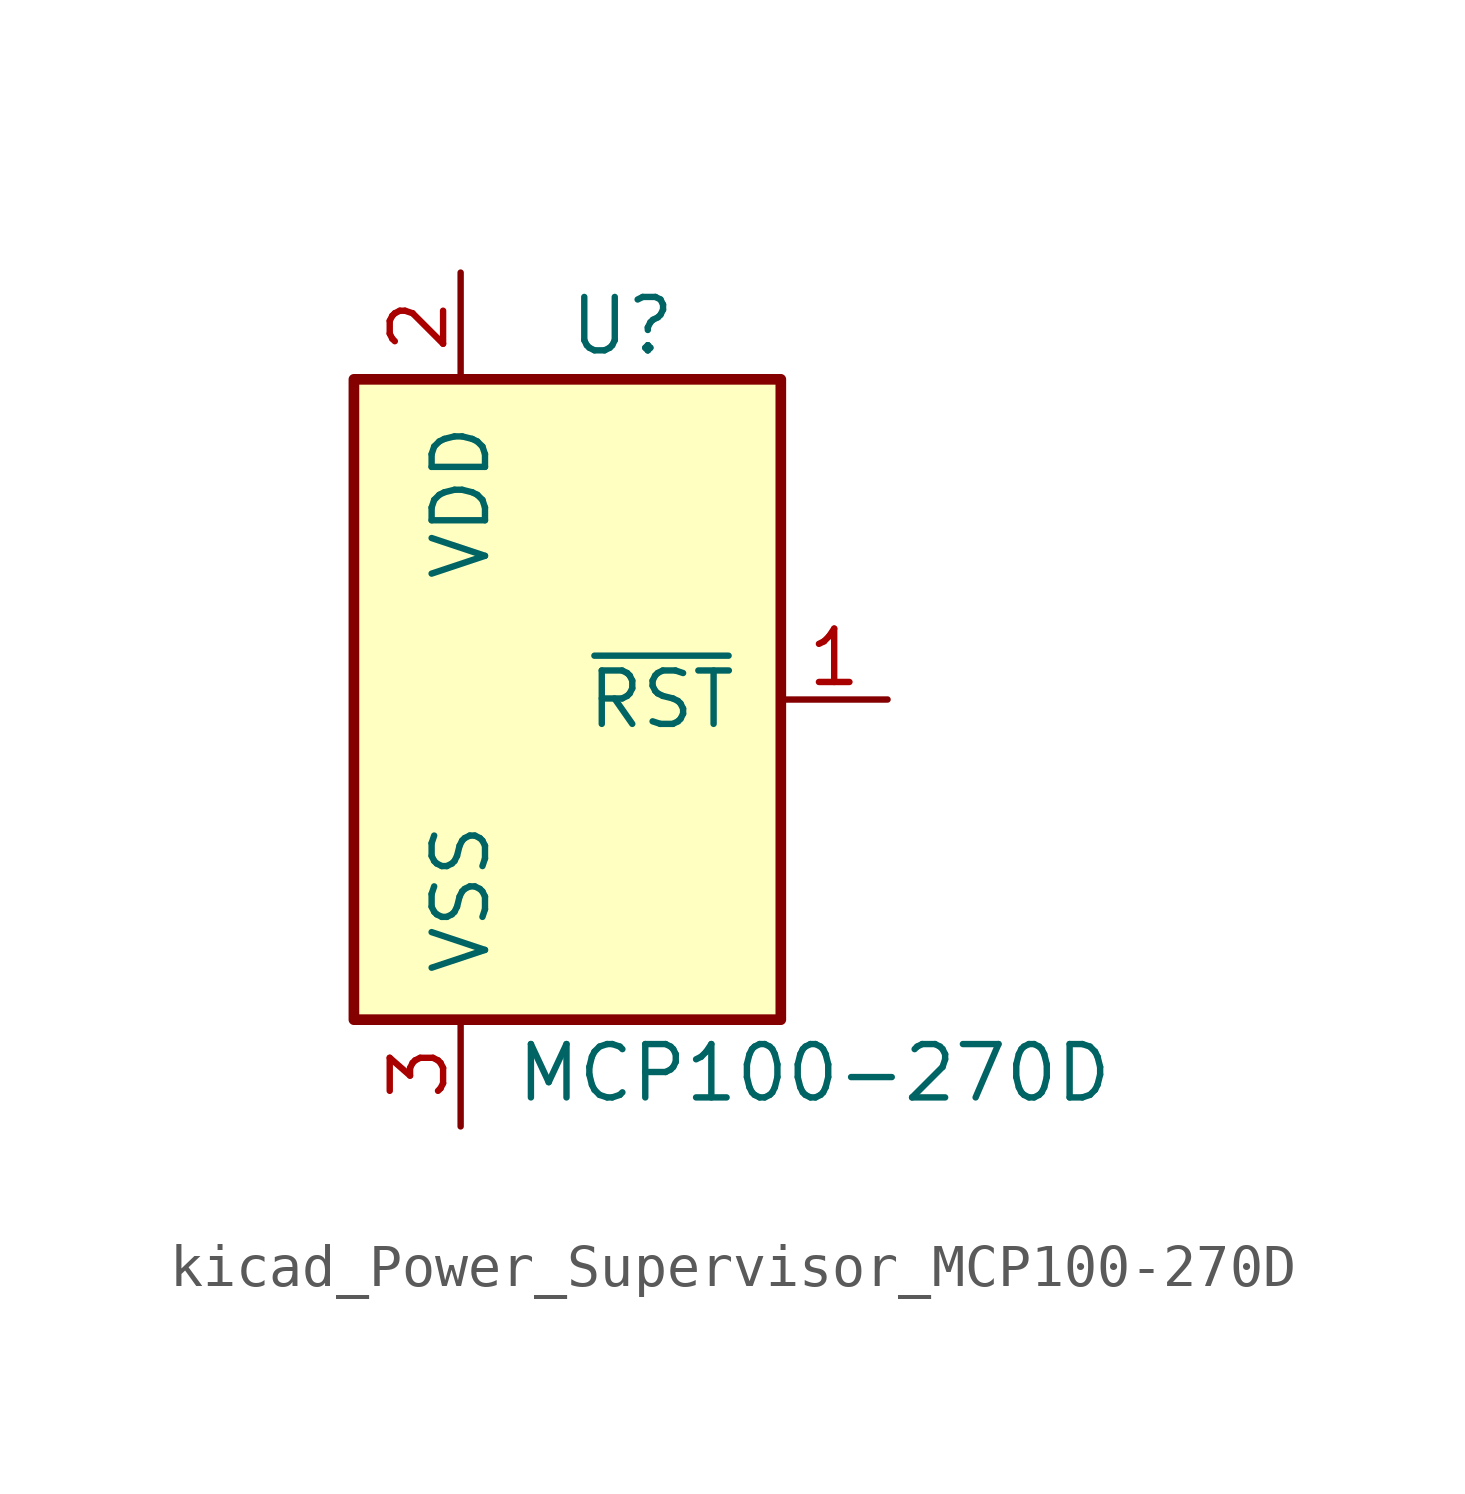
<source format=kicad_sym>
(kicad_symbol_lib
  (version 20220914)
  (generator kicad_symbol_editor)
  (symbol "kicad_Power_Supervisor_MCP100-270D"
    (pin_names
      (offset 1.016))
    (property "Reference" "U"
      (at 0 8.89 0)
      (effects (font (size 1.27 1.27)) (justify left)))
    (property "Value" "MCP100-270D"
      (at -1.27 -8.89 0)
      (effects (font (size 1.27 1.27)) (justify left)))
    (symbol "kicad_Power_Supervisor_MCP100-270D_1_1"
      (rectangle (start -5.08 7.62) (end 5.08 -7.62) (stroke (width 0.254) (type default)) (fill (type background)))
      (pin output line (at 7.62 0 180) (length 2.54) (name "~{RST}" (effects (font (size 1.27 1.27)))) (number "1" (effects (font (size 1.27 1.27)))))
      (pin power_in line (at -2.54 10.16 270) (length 2.54) (name "VDD" (effects (font (size 1.27 1.27)))) (number "2" (effects (font (size 1.27 1.27)))))
      (pin power_in line (at -2.54 -10.16 90) (length 2.54) (name "VSS" (effects (font (size 1.27 1.27)))) (number "3" (effects (font (size 1.27 1.27))))))))
</source>
